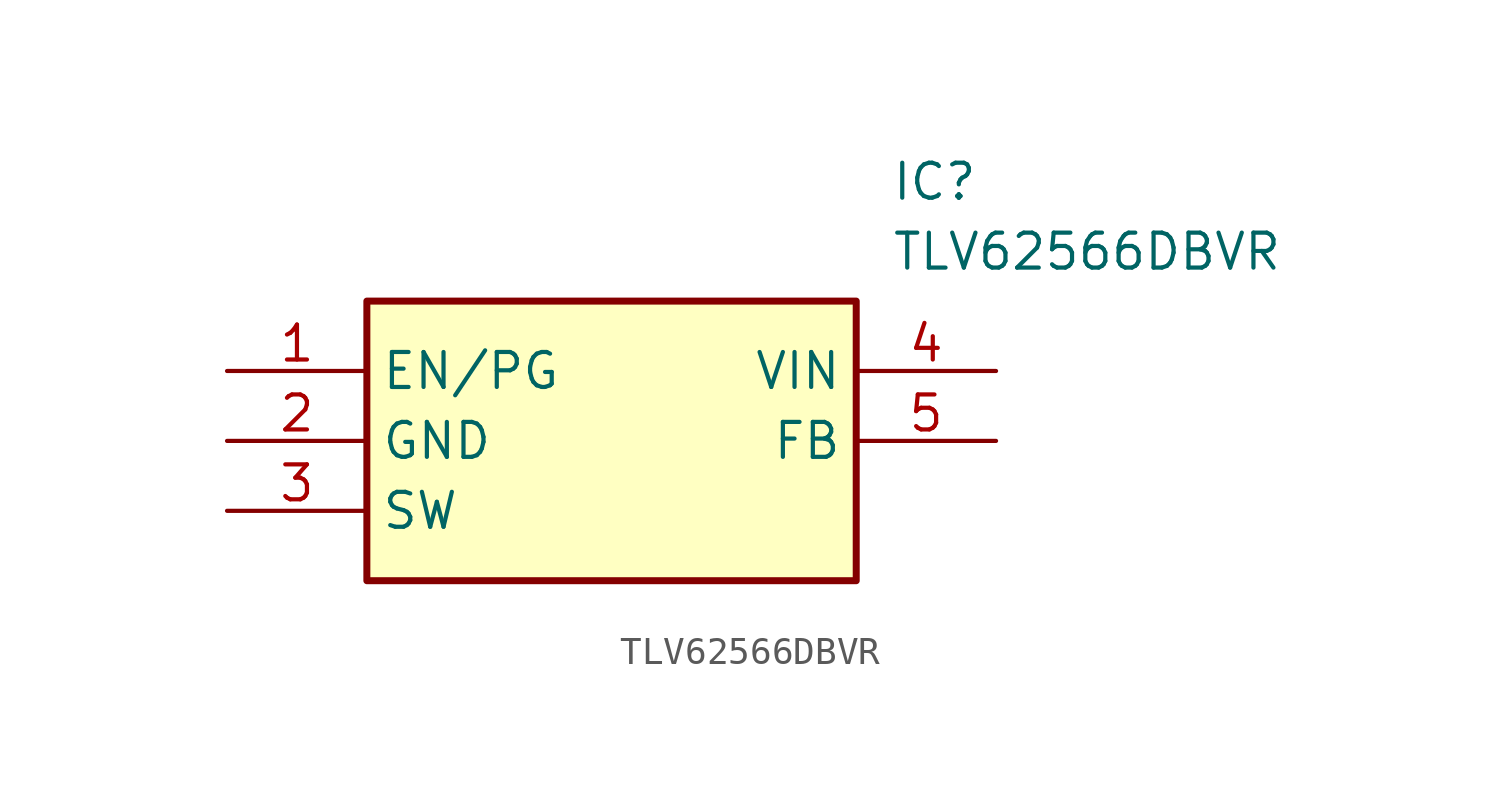
<source format=kicad_sym>
(kicad_symbol_lib
  (version 20211014)
  (generator SamacSys_ECAD_Model)
  (symbol "TLV62566DBVR"
    (property "Reference" "IC"
      (at 24.13 7.62 0)
      (effects (font (size 1.27 1.27)) (justify left top)))
    (property "Value" "TLV62566DBVR"
      (at 24.13 5.08 0)
      (effects (font (size 1.27 1.27)) (justify left top)))
    (rectangle
      (start 5.08 2.54)
      (end 22.86 -7.62)
      (stroke (width 0.254) (type default))
      (fill (type background)))
    (pin passive line
      (at 0 0 0)
      (length 5.08)
      (name "EN/PG" (effects (font (size 1.27 1.27))))
      (number "1" (effects (font (size 1.27 1.27)))))
    (pin passive line
      (at 0 -2.54 0)
      (length 5.08)
      (name "GND" (effects (font (size 1.27 1.27))))
      (number "2" (effects (font (size 1.27 1.27)))))
    (pin passive line
      (at 0 -5.08 0)
      (length 5.08)
      (name "SW" (effects (font (size 1.27 1.27))))
      (number "3" (effects (font (size 1.27 1.27)))))
    (pin passive line
      (at 27.94 0 180)
      (length 5.08)
      (name "VIN" (effects (font (size 1.27 1.27))))
      (number "4" (effects (font (size 1.27 1.27)))))
    (pin passive line
      (at 27.94 -2.54 180)
      (length 5.08)
      (name "FB" (effects (font (size 1.27 1.27))))
      (number "5" (effects (font (size 1.27 1.27)))))))
</source>
